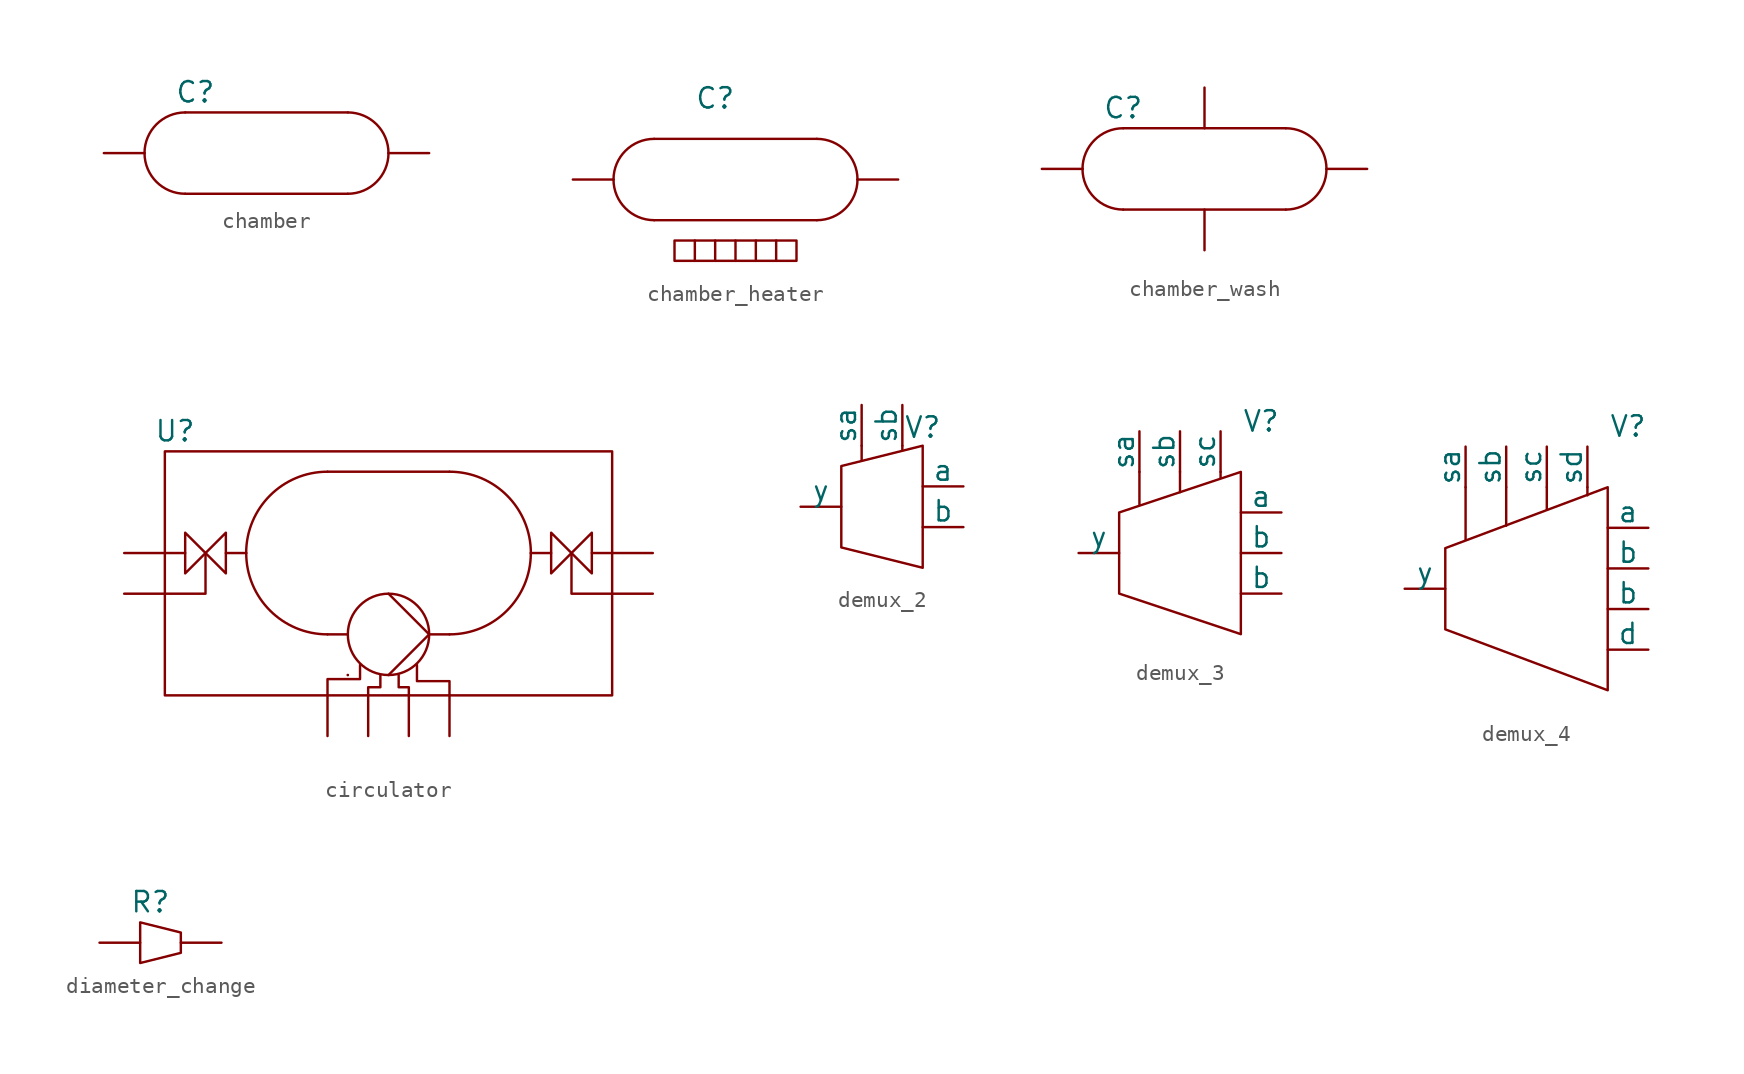
<source format=kicad_sym>
(kicad_symbol_lib
  (version 20231120)
  (generator "kicad_symbol_editor")
  (generator_version "8.0")
  (symbol "chamber"
    (pin_numbers hide)
    (pin_names hide)
    (property "Reference" "C"
      (at -4.445 3.81 0)
      (effects (font (size 1.27 1.27))))
    (property "Value" ""
      (at 0 0 0)
      (effects (font (size 1.27 1.27))))
    (symbol "chamber_1_1"
      (arc (start -7.62 0) (mid -6.8756 -1.7956) (end -5.08 -2.54) (stroke (width 0) (type default)) (fill (type none)))
      (arc (start -5.08 2.54) (mid -6.8749 1.7949) (end -7.62 0) (stroke (width 0) (type default)) (fill (type none)))
      (polyline (pts (xy -5.08 -2.54) (xy 5.08 -2.54)) (stroke (width 0) (type default)) (fill (type none)))
      (polyline (pts (xy 5.08 2.54) (xy -5.08 2.54)) (stroke (width 0) (type default)) (fill (type none)))
      (arc (start 5.08 -2.54) (mid 6.8754 -1.7954) (end 7.62 0) (stroke (width 0) (type default)) (fill (type none)))
      (arc (start 7.62 0) (mid 6.8754 1.7954) (end 5.08 2.54) (stroke (width 0) (type default)) (fill (type none)))
      (pin input line (at -10.16 0 0) (length 2.54) (name "in" (effects (font (size 1.27 1.27)))) (number "1" (effects (font (size 1.27 1.27)))))
      (pin output line (at 10.16 0 180) (length 2.54) (name "out" (effects (font (size 1.27 1.27)))) (number "2" (effects (font (size 1.27 1.27)))))))
  (symbol "chamber_heater"
    (pin_numbers hide)
    (pin_names hide)
    (property "Reference" "C"
      (at -1.27 5.08 0)
      (effects (font (size 1.27 1.27))))
    (property "Value" ""
      (at 0 0 0)
      (effects (font (size 1.27 1.27))))
    (symbol "chamber_heater_0_1"
      (rectangle (start -3.81 -3.81) (end 3.81 -5.08) (stroke (width 0) (type default)) (fill (type none)))
      (polyline (pts (xy -2.54 -3.81) (xy -2.54 -5.08)) (stroke (width 0) (type default)) (fill (type none)))
      (polyline (pts (xy -1.27 -3.81) (xy -1.27 -5.08)) (stroke (width 0) (type default)) (fill (type none)))
      (polyline (pts (xy 0 -3.81) (xy 0 -5.08)) (stroke (width 0) (type default)) (fill (type none)))
      (polyline (pts (xy 1.27 -3.81) (xy 1.27 -5.08)) (stroke (width 0) (type default)) (fill (type none)))
      (polyline (pts (xy 2.54 -3.81) (xy 2.54 -5.08)) (stroke (width 0) (type default)) (fill (type none))))
    (symbol "chamber_heater_1_1"
      (arc (start -7.62 0) (mid -6.8756 -1.7956) (end -5.08 -2.54) (stroke (width 0) (type default)) (fill (type none)))
      (arc (start -5.08 2.54) (mid -6.8752 1.7952) (end -7.62 0) (stroke (width 0) (type default)) (fill (type none)))
      (polyline (pts (xy -5.08 -2.54) (xy 5.08 -2.54)) (stroke (width 0) (type default)) (fill (type none)))
      (polyline (pts (xy 5.08 2.54) (xy -5.08 2.54)) (stroke (width 0) (type default)) (fill (type none)))
      (arc (start 5.08 -2.54) (mid 6.8757 -1.7957) (end 7.62 0) (stroke (width 0) (type default)) (fill (type none)))
      (arc (start 7.62 0) (mid 6.8756 1.7956) (end 5.08 2.54) (stroke (width 0) (type default)) (fill (type none)))
      (pin input line (at -10.16 0 0) (length 2.54) (name "input" (effects (font (size 1.27 1.27)))) (number "1" (effects (font (size 1.27 1.27)))))
      (pin output line (at 10.16 0 180) (length 2.54) (name "output" (effects (font (size 1.27 1.27)))) (number "2" (effects (font (size 1.27 1.27)))))))
  (symbol "chamber_wash"
    (pin_numbers hide)
    (pin_names hide)
    (property "Reference" "C"
      (at -5.08 3.81 0)
      (effects (font (size 1.27 1.27))))
    (property "Value" ""
      (at 0 0 0)
      (effects (font (size 1.27 1.27))))
    (symbol "chamber_wash_1_1"
      (arc (start -7.62 0) (mid -6.8754 -1.7954) (end -5.08 -2.54) (stroke (width 0) (type default)) (fill (type none)))
      (arc (start -5.08 2.54) (mid -6.8754 1.7954) (end -7.62 0) (stroke (width 0) (type default)) (fill (type none)))
      (polyline (pts (xy -5.08 -2.54) (xy 5.08 -2.54)) (stroke (width 0) (type default)) (fill (type none)))
      (polyline (pts (xy 5.08 2.54) (xy -5.08 2.54)) (stroke (width 0) (type default)) (fill (type none)))
      (arc (start 5.0809 -2.5413) (mid 6.8765 -1.7963) (end 7.62 0) (stroke (width 0) (type default)) (fill (type none)))
      (arc (start 7.62 0) (mid 6.8754 1.7954) (end 5.08 2.54) (stroke (width 0) (type default)) (fill (type none)))
      (pin input line (at -10.16 0 0) (length 2.54) (name "in" (effects (font (size 1.27 1.27)))) (number "" (effects (font (size 1.27 1.27)))))
      (pin output line (at 10.16 0 180) (length 2.54) (name "out" (effects (font (size 1.27 1.27)))) (number "2" (effects (font (size 1.27 1.27)))))
      (pin input line (at 0 5.08 270) (length 2.54) (name "flush_in" (effects (font (size 1.27 1.27)))) (number "3" (effects (font (size 1.27 1.27)))))
      (pin output line (at 0 -5.08 90) (length 2.54) (name "flush_out" (effects (font (size 1.27 1.27)))) (number "4" (effects (font (size 1.27 1.27)))))))
  (symbol "circulator"
    (pin_numbers hide)
    (pin_names hide)
    (property "Reference" "U"
      (at -13.335 7.62 0)
      (effects (font (size 1.27 1.27))))
    (property "Value" ""
      (at 0 -2.54 0)
      (effects (font (size 1.27 1.27))))
    (symbol "circulator_0_1"
      (rectangle (start -13.97 6.35) (end 13.97 -8.89) (stroke (width 0) (type default)) (fill (type none)))
      (polyline (pts (xy -2.54 -7.62) (xy -2.54 -7.62)) (stroke (width 0) (type default)) (fill (type none)))
      (polyline (pts (xy -2.54 -7.62) (xy -2.54 -7.62)) (stroke (width 0) (type default)) (fill (type none)))
      (polyline (pts (xy 3.81 5.08) (xy -3.81 5.08)) (stroke (width 0) (type default)) (fill (type none)))
      (polyline (pts (xy 12.7 0) (xy 13.97 0)) (stroke (width 0) (type default)) (fill (type none)))
      (polyline (pts (xy -11.43 0) (xy -11.43 -2.54) (xy -13.97 -2.54)) (stroke (width 0) (type default)) (fill (type none)))
      (polyline (pts (xy 11.43 0) (xy 11.43 -2.54) (xy 13.97 -2.54)) (stroke (width 0) (type default)) (fill (type none)))
      (polyline (pts (xy -3.81 -8.89) (xy -3.81 -7.874) (xy -1.778 -7.874) (xy -1.778 -6.985)) (stroke (width 0) (type default)) (fill (type none)))
      (polyline (pts (xy -1.27 -8.89) (xy -1.27 -8.382) (xy -0.508 -8.382) (xy -0.508 -7.62)) (stroke (width 0) (type default)) (fill (type none)))
      (polyline (pts (xy 1.27 -8.89) (xy 1.27 -8.382) (xy 0.635 -8.382) (xy 0.635 -7.62)) (stroke (width 0) (type default)) (fill (type none)))
      (polyline (pts (xy 3.81 -8.89) (xy 3.81 -8.001) (xy 1.778 -8.001) (xy 1.778 -6.985)) (stroke (width 0) (type default)) (fill (type none)))
      (polyline (pts (xy -10.16 1.27) (xy -12.7 -1.27) (xy -12.7 1.27) (xy -10.16 -1.27) (xy -10.16 1.27)) (stroke (width 0) (type default)) (fill (type none)))
      (polyline (pts (xy 10.16 1.27) (xy 12.7 -1.27) (xy 12.7 1.27) (xy 10.16 -1.27) (xy 10.16 1.27)) (stroke (width 0) (type default)) (fill (type none))))
    (symbol "circulator_1_1"
      (arc (start -8.89 0) (mid -7.4021 -3.5921) (end -3.81 -5.08) (stroke (width 0) (type default)) (fill (type none)))
      (arc (start -3.81 5.08) (mid -7.4021 3.5921) (end -8.89 0) (stroke (width 0) (type default)) (fill (type none)))
      (circle (center 0 -5.08) (radius 2.54) (stroke (width 0) (type default)) (fill (type none)))
      (polyline (pts (xy -13.97 0) (xy -12.7 0)) (stroke (width 0) (type default)) (fill (type none)))
      (polyline (pts (xy -10.16 0) (xy -8.89 0)) (stroke (width 0) (type default)) (fill (type none)))
      (polyline (pts (xy -2.54 -5.08) (xy -3.81 -5.08)) (stroke (width 0) (type default)) (fill (type none)))
      (polyline (pts (xy 0 -7.62) (xy 2.54 -5.08)) (stroke (width 0) (type default)) (fill (type none)))
      (polyline (pts (xy 0 -2.54) (xy 2.54 -5.08)) (stroke (width 0) (type default)) (fill (type none)))
      (polyline (pts (xy 2.54 -5.08) (xy 3.81 -5.08)) (stroke (width 0) (type default)) (fill (type none)))
      (polyline (pts (xy 10.16 0) (xy 8.89 0)) (stroke (width 0) (type default)) (fill (type none)))
      (arc (start 3.81 -5.08) (mid 7.4021 -3.5921) (end 8.89 0) (stroke (width 0) (type default)) (fill (type none)))
      (arc (start 8.89 0) (mid 7.4021 3.5921) (end 3.81 5.08) (stroke (width 0) (type default)) (fill (type none)))
      (pin input line (at -16.51 0 0) (length 2.54) (name "in" (effects (font (size 1.27 1.27)))) (number "1" (effects (font (size 1.27 1.27)))))
      (pin input line (at -16.51 -2.54 0) (length 2.54) (name "in_ctrl" (effects (font (size 1.27 1.27)))) (number "2" (effects (font (size 1.27 1.27)))))
      (pin input line (at -3.81 -11.43 90) (length 2.54) (name "pump_a" (effects (font (size 1.27 1.27)))) (number "3" (effects (font (size 1.27 1.27)))))
      (pin input line (at -1.27 -11.43 90) (length 2.54) (name "pump_b" (effects (font (size 1.27 1.27)))) (number "4" (effects (font (size 1.27 1.27)))))
      (pin input line (at 1.27 -11.43 90) (length 2.54) (name "pump_c" (effects (font (size 1.27 1.27)))) (number "5" (effects (font (size 1.27 1.27)))))
      (pin input line (at 3.81 -11.43 90) (length 2.54) (name "pump_d" (effects (font (size 1.27 1.27)))) (number "6" (effects (font (size 1.27 1.27)))))
      (pin output line (at 16.51 0 180) (length 2.54) (name "out" (effects (font (size 1.27 1.27)))) (number "7" (effects (font (size 1.27 1.27)))))
      (pin input line (at 16.51 -2.54 180) (length 2.54) (name "out_ctrl" (effects (font (size 1.27 1.27)))) (number "8" (effects (font (size 1.27 1.27)))))))
  (symbol "demux_2"
    (pin_numbers hide)
    (pin_names
      (offset 0))
    (property "Reference" "V"
      (at 3.81 4.953 0)
      (effects (font (size 1.27 1.27))))
    (property "Value" ""
      (at 0 0 0)
      (effects (font (size 1.27 1.27))))
    (symbol "demux_2_0_1"
      (polyline (pts (xy 0 3.81) (xy 0 2.921)) (stroke (width 0) (type default)) (fill (type none)))
      (polyline (pts (xy 2.54 3.81) (xy 2.54 3.556)) (stroke (width 0) (type default)) (fill (type none)))
      (polyline (pts (xy 3.81 -3.81) (xy -1.27 -2.54) (xy -1.27 2.54) (xy 3.81 3.81) (xy 3.81 -3.81)) (stroke (width 0) (type default)) (fill (type none))))
    (symbol "demux_2_1_1"
      (pin output line (at 6.35 1.27 180) (length 2.54) (name "a" (effects (font (size 1.27 1.27)))) (number "" (effects (font (size 1.27 1.27)))))
      (pin output line (at 6.35 -1.27 180) (length 2.54) (name "b" (effects (font (size 1.27 1.27)))) (number "" (effects (font (size 1.27 1.27)))))
      (pin input line (at 0 6.35 270) (length 2.54) (name "sa" (effects (font (size 1.27 1.27)))) (number "" (effects (font (size 1.27 1.27)))))
      (pin input line (at 2.54 6.35 270) (length 2.54) (name "sb" (effects (font (size 1.27 1.27)))) (number "" (effects (font (size 1.27 1.27)))))
      (pin input line (at -3.81 0 0) (length 2.54) (name "y" (effects (font (size 1.27 1.27)))) (number "" (effects (font (size 1.27 1.27)))))))
  (symbol "demux_3"
    (pin_numbers hide)
    (pin_names
      (offset 0))
    (property "Reference" "V"
      (at 5.08 8.255 0)
      (effects (font (size 1.27 1.27))))
    (property "Value" ""
      (at -1.27 0 0)
      (effects (font (size 1.27 1.27))))
    (symbol "demux_3_0_1"
      (polyline (pts (xy -2.54 5.08) (xy -2.54 3.048)) (stroke (width 0) (type default)) (fill (type none)))
      (polyline (pts (xy 0 5.08) (xy 0 3.81)) (stroke (width 0) (type default)) (fill (type none)))
      (polyline (pts (xy 2.54 5.08) (xy 2.54 4.699)) (stroke (width 0) (type default)) (fill (type none)))
      (polyline (pts (xy 3.81 -5.08) (xy -3.81 -2.54) (xy -3.81 2.54) (xy 3.81 5.08) (xy 3.81 -5.08)) (stroke (width 0) (type default)) (fill (type none))))
    (symbol "demux_3_1_1"
      (pin output line (at 6.35 2.54 180) (length 2.54) (name "a" (effects (font (size 1.27 1.27)))) (number "" (effects (font (size 1.27 1.27)))))
      (pin output line (at 6.35 -2.54 180) (length 2.54) (name "b" (effects (font (size 1.27 1.27)))) (number "" (effects (font (size 1.27 1.27)))))
      (pin output line (at 6.35 0 180) (length 2.54) (name "b" (effects (font (size 1.27 1.27)))) (number "" (effects (font (size 1.27 1.27)))))
      (pin input line (at -2.54 7.62 270) (length 2.54) (name "sa" (effects (font (size 1.27 1.27)))) (number "" (effects (font (size 1.27 1.27)))))
      (pin input line (at 0 7.62 270) (length 2.54) (name "sb" (effects (font (size 1.27 1.27)))) (number "" (effects (font (size 1.27 1.27)))))
      (pin input line (at 2.54 7.62 270) (length 2.54) (name "sc" (effects (font (size 1.27 1.27)))) (number "" (effects (font (size 1.27 1.27)))))
      (pin input line (at -6.35 0 0) (length 2.54) (name "y" (effects (font (size 1.27 1.27)))) (number "" (effects (font (size 1.27 1.27)))))))
  (symbol "demux_4"
    (pin_numbers hide)
    (pin_names
      (offset 0))
    (property "Reference" "V"
      (at 5.08 10.16 0)
      (effects (font (size 1.27 1.27))))
    (property "Value" ""
      (at -1.27 0 0)
      (effects (font (size 1.27 1.27))))
    (symbol "demux_4_0_1"
      (polyline (pts (xy -5.08 6.35) (xy -5.08 3.048)) (stroke (width 0) (type default)) (fill (type none)))
      (polyline (pts (xy -2.54 6.35) (xy -2.54 3.937)) (stroke (width 0) (type default)) (fill (type none)))
      (polyline (pts (xy 0 6.35) (xy 0 4.953)) (stroke (width 0) (type default)) (fill (type none)))
      (polyline (pts (xy 2.54 6.35) (xy 2.54 5.842)) (stroke (width 0) (type default)) (fill (type none)))
      (polyline (pts (xy 3.81 -6.35) (xy -6.35 -2.54) (xy -6.35 2.54) (xy 3.81 6.35) (xy 3.81 -6.35)) (stroke (width 0) (type default)) (fill (type none))))
    (symbol "demux_4_1_1"
      (pin output line (at 6.35 3.81 180) (length 2.54) (name "a" (effects (font (size 1.27 1.27)))) (number "" (effects (font (size 1.27 1.27)))))
      (pin output line (at 6.35 -1.27 180) (length 2.54) (name "b" (effects (font (size 1.27 1.27)))) (number "" (effects (font (size 1.27 1.27)))))
      (pin output line (at 6.35 1.27 180) (length 2.54) (name "b" (effects (font (size 1.27 1.27)))) (number "" (effects (font (size 1.27 1.27)))))
      (pin output line (at 6.35 -3.81 180) (length 2.54) (name "d" (effects (font (size 1.27 1.27)))) (number "" (effects (font (size 1.27 1.27)))))
      (pin input line (at -5.08 8.89 270) (length 2.54) (name "sa" (effects (font (size 1.27 1.27)))) (number "" (effects (font (size 1.27 1.27)))))
      (pin input line (at -2.54 8.89 270) (length 2.54) (name "sb" (effects (font (size 1.27 1.27)))) (number "" (effects (font (size 1.27 1.27)))))
      (pin input line (at 0 8.89 270) (length 2.54) (name "sc" (effects (font (size 1.27 1.27)))) (number "" (effects (font (size 1.27 1.27)))))
      (pin input line (at 2.54 8.89 270) (length 2.54) (name "sd" (effects (font (size 1.27 1.27)))) (number "" (effects (font (size 1.27 1.27)))))
      (pin input line (at -8.89 0 0) (length 2.54) (name "y" (effects (font (size 1.27 1.27)))) (number "" (effects (font (size 1.27 1.27)))))))
  (symbol "diameter_change"
    (pin_numbers hide)
    (pin_names
      (offset 0) hide)
    (property "Reference" "R"
      (at -0.635 2.54 0)
      (effects (font (size 1.27 1.27))))
    (property "Value" ""
      (at 0 0 0)
      (effects (font (size 1.27 1.27))))
    (symbol "diameter_change_0_1"
      (polyline (pts (xy -1.27 1.27) (xy -1.27 -1.27) (xy 1.27 -0.635) (xy 1.27 0.635) (xy -1.27 1.27)) (stroke (width 0) (type default)) (fill (type none))))
    (symbol "diameter_change_1_1"
      (pin passive line (at -3.81 0 0) (length 2.54) (name "in" (effects (font (size 1.27 1.27)))) (number "1" (effects (font (size 1.27 1.27)))))
      (pin passive line (at 3.81 0 180) (length 2.54) (name "out" (effects (font (size 1.27 1.27)))) (number "2" (effects (font (size 1.27 1.27))))))))
</source>
